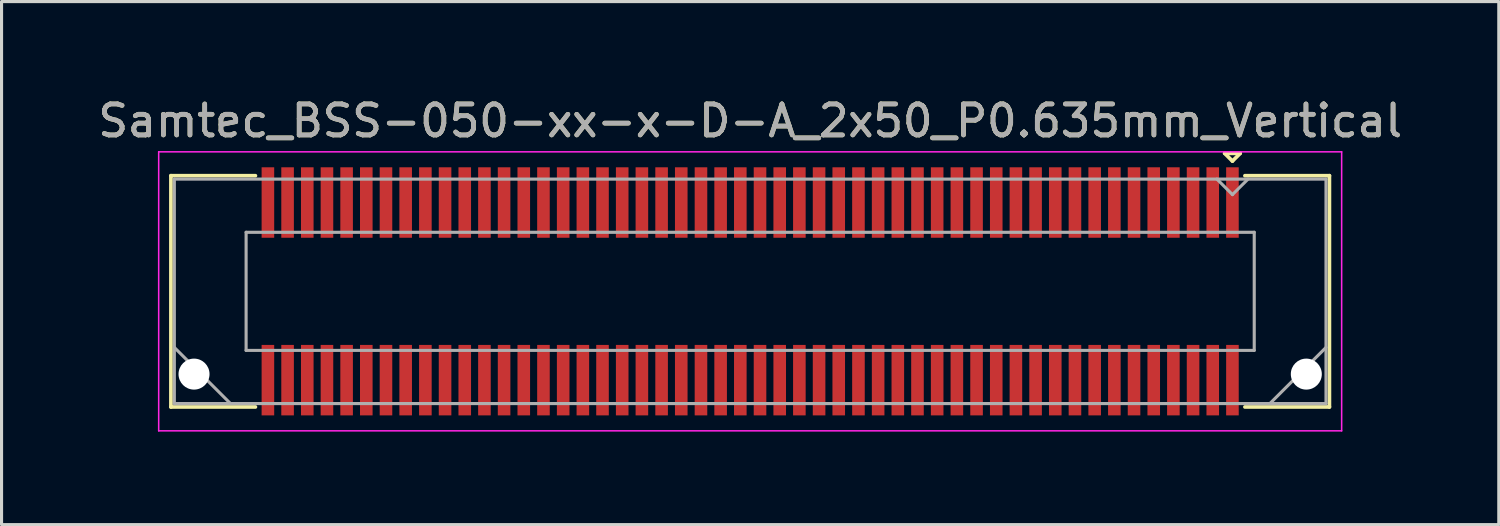
<source format=kicad_pcb>
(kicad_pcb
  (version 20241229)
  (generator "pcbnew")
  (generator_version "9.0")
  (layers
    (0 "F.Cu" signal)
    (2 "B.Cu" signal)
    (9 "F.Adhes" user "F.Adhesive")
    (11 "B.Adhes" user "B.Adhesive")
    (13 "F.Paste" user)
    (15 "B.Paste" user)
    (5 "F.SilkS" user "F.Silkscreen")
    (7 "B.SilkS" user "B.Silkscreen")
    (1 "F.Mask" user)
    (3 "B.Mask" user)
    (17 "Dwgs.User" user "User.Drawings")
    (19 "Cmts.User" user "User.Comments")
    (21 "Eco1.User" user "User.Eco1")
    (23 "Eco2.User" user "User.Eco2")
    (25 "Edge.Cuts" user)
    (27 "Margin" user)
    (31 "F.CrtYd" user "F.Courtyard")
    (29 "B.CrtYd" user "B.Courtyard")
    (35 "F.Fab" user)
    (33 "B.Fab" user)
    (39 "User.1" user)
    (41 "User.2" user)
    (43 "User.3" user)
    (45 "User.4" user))
  (footprint "Samtec_BSS-050-xx-x-D-A_2x50_P0.635mm_Vertical"
    (layer "F.Cu")
    (at 21.149 6.348)
    (property "Reference" "Samtec_BSS-050-xx-x-D-A_2x50_P0.635mm_Vertical" (at 0 -5.5 0) (layer "F.SilkS") (effects (font (size 1 1) (thickness 0.15))))
    (attr smd)
    (fp_line (start -18.685 -3.73) (end -15.96 -3.73) (stroke (width 0.12) (type solid)) (layer "F.SilkS"))
    (fp_line (start -18.685 3.73) (end -18.685 -3.73) (stroke (width 0.12) (type solid)) (layer "F.SilkS"))
    (fp_line (start -15.96 3.73) (end -18.685 3.73) (stroke (width 0.12) (type solid)) (layer "F.SilkS"))
    (fp_line (start 15.307 -4.452) (end 15.807 -4.452) (stroke (width 0.12) (type solid)) (layer "F.SilkS"))
    (fp_line (start 15.557 -4.202) (end 15.307 -4.452) (stroke (width 0.12) (type solid)) (layer "F.SilkS"))
    (fp_line (start 15.807 -4.452) (end 15.557 -4.202) (stroke (width 0.12) (type solid)) (layer "F.SilkS"))
    (fp_line (start 15.96 3.73) (end 18.685 3.73) (stroke (width 0.12) (type solid)) (layer "F.SilkS"))
    (fp_line (start 18.685 -3.73) (end 15.96 -3.73) (stroke (width 0.12) (type solid)) (layer "F.SilkS"))
    (fp_line (start 18.685 3.73) (end 18.685 -3.73) (stroke (width 0.12) (type solid)) (layer "F.SilkS"))
    (fp_line (start -19.08 -4.5) (end -19.08 4.5) (stroke (width 0.05) (type solid)) (layer "F.CrtYd"))
    (fp_line (start -19.08 4.5) (end 19.08 4.5) (stroke (width 0.05) (type solid)) (layer "F.CrtYd"))
    (fp_line (start 19.08 -4.5) (end -19.08 -4.5) (stroke (width 0.05) (type solid)) (layer "F.CrtYd"))
    (fp_line (start 19.08 4.5) (end 19.08 -4.5) (stroke (width 0.05) (type solid)) (layer "F.CrtYd"))
    (fp_line (start -18.575 -3.62) (end -18.575 3.62) (stroke (width 0.1) (type solid)) (layer "F.Fab"))
    (fp_line (start -18.575 1.81) (end -16.765 3.62) (stroke (width 0.1) (type solid)) (layer "F.Fab"))
    (fp_line (start -18.575 3.62) (end 18.575 3.62) (stroke (width 0.1) (type solid)) (layer "F.Fab"))
    (fp_line (start -16.26 -1.905) (end -16.26 1.905) (stroke (width 0.1) (type solid)) (layer "F.Fab"))
    (fp_line (start -16.26 1.905) (end 16.26 1.905) (stroke (width 0.1) (type solid)) (layer "F.Fab"))
    (fp_line (start 15.557 -3.12) (end 15.057 -3.62) (stroke (width 0.1) (type solid)) (layer "F.Fab"))
    (fp_line (start 16.058 -3.62) (end 15.557 -3.12) (stroke (width 0.1) (type solid)) (layer "F.Fab"))
    (fp_line (start 16.26 -1.905) (end -16.26 -1.905) (stroke (width 0.1) (type solid)) (layer "F.Fab"))
    (fp_line (start 16.26 1.905) (end 16.26 -1.905) (stroke (width 0.1) (type solid)) (layer "F.Fab"))
    (fp_line (start 18.575 -3.62) (end -18.575 -3.62) (stroke (width 0.1) (type solid)) (layer "F.Fab"))
    (fp_line (start 18.575 1.81) (end 16.765 3.62) (stroke (width 0.1) (type solid)) (layer "F.Fab"))
    (fp_line (start 18.575 3.62) (end 18.575 -3.62) (stroke (width 0.1) (type solid)) (layer "F.Fab"))
    (fp_text user "${REFERENCE}" (at 0 -5.5 0) (layer "F.Fab") (effects (font (size 1 1) (thickness 0.15))))
    (pad "" np_thru_hole circle (at -17.94 2.67) (size 1 1) (drill 1) (layers "*.Cu" "*.Mask"))
    (pad "" np_thru_hole circle (at 17.94 2.67) (size 1 1) (drill 1) (layers "*.Cu" "*.Mask"))
    (pad "1" smd rect (at 15.557 -2.865) (size 0.406 2.273) (layers "F.Cu" "F.Mask" "F.Paste"))
    (pad "2" smd rect (at 15.557 2.865) (size 0.406 2.273) (layers "F.Cu" "F.Mask" "F.Paste"))
    (pad "3" smd rect (at 14.922 -2.865) (size 0.406 2.273) (layers "F.Cu" "F.Mask" "F.Paste"))
    (pad "4" smd rect (at 14.922 2.865) (size 0.406 2.273) (layers "F.Cu" "F.Mask" "F.Paste"))
    (pad "5" smd rect (at 14.287 -2.865) (size 0.406 2.273) (layers "F.Cu" "F.Mask" "F.Paste"))
    (pad "6" smd rect (at 14.287 2.865) (size 0.406 2.273) (layers "F.Cu" "F.Mask" "F.Paste"))
    (pad "7" smd rect (at 13.652 -2.865) (size 0.406 2.273) (layers "F.Cu" "F.Mask" "F.Paste"))
    (pad "8" smd rect (at 13.652 2.865) (size 0.406 2.273) (layers "F.Cu" "F.Mask" "F.Paste"))
    (pad "9" smd rect (at 13.018 -2.865) (size 0.406 2.273) (layers "F.Cu" "F.Mask" "F.Paste"))
    (pad "10" smd rect (at 13.018 2.865) (size 0.406 2.273) (layers "F.Cu" "F.Mask" "F.Paste"))
    (pad "11" smd rect (at 12.383 -2.865) (size 0.406 2.273) (layers "F.Cu" "F.Mask" "F.Paste"))
    (pad "12" smd rect (at 12.383 2.865) (size 0.406 2.273) (layers "F.Cu" "F.Mask" "F.Paste"))
    (pad "13" smd rect (at 11.748 -2.865) (size 0.406 2.273) (layers "F.Cu" "F.Mask" "F.Paste"))
    (pad "14" smd rect (at 11.748 2.865) (size 0.406 2.273) (layers "F.Cu" "F.Mask" "F.Paste"))
    (pad "15" smd rect (at 11.113 -2.865) (size 0.406 2.273) (layers "F.Cu" "F.Mask" "F.Paste"))
    (pad "16" smd rect (at 11.113 2.865) (size 0.406 2.273) (layers "F.Cu" "F.Mask" "F.Paste"))
    (pad "17" smd rect (at 10.477 -2.865) (size 0.406 2.273) (layers "F.Cu" "F.Mask" "F.Paste"))
    (pad "18" smd rect (at 10.477 2.865) (size 0.406 2.273) (layers "F.Cu" "F.Mask" "F.Paste"))
    (pad "19" smd rect (at 9.842 -2.865) (size 0.406 2.273) (layers "F.Cu" "F.Mask" "F.Paste"))
    (pad "20" smd rect (at 9.842 2.865) (size 0.406 2.273) (layers "F.Cu" "F.Mask" "F.Paste"))
    (pad "21" smd rect (at 9.207 -2.865) (size 0.406 2.273) (layers "F.Cu" "F.Mask" "F.Paste"))
    (pad "22" smd rect (at 9.207 2.865) (size 0.406 2.273) (layers "F.Cu" "F.Mask" "F.Paste"))
    (pad "23" smd rect (at 8.572 -2.865) (size 0.406 2.273) (layers "F.Cu" "F.Mask" "F.Paste"))
    (pad "24" smd rect (at 8.572 2.865) (size 0.406 2.273) (layers "F.Cu" "F.Mask" "F.Paste"))
    (pad "25" smd rect (at 7.938 -2.865) (size 0.406 2.273) (layers "F.Cu" "F.Mask" "F.Paste"))
    (pad "26" smd rect (at 7.938 2.865) (size 0.406 2.273) (layers "F.Cu" "F.Mask" "F.Paste"))
    (pad "27" smd rect (at 7.303 -2.865) (size 0.406 2.273) (layers "F.Cu" "F.Mask" "F.Paste"))
    (pad "28" smd rect (at 7.303 2.865) (size 0.406 2.273) (layers "F.Cu" "F.Mask" "F.Paste"))
    (pad "29" smd rect (at 6.668 -2.865) (size 0.406 2.273) (layers "F.Cu" "F.Mask" "F.Paste"))
    (pad "30" smd rect (at 6.668 2.865) (size 0.406 2.273) (layers "F.Cu" "F.Mask" "F.Paste"))
    (pad "31" smd rect (at 6.032 -2.865) (size 0.406 2.273) (layers "F.Cu" "F.Mask" "F.Paste"))
    (pad "32" smd rect (at 6.032 2.865) (size 0.406 2.273) (layers "F.Cu" "F.Mask" "F.Paste"))
    (pad "33" smd rect (at 5.397 -2.865) (size 0.406 2.273) (layers "F.Cu" "F.Mask" "F.Paste"))
    (pad "34" smd rect (at 5.397 2.865) (size 0.406 2.273) (layers "F.Cu" "F.Mask" "F.Paste"))
    (pad "35" smd rect (at 4.763 -2.865) (size 0.406 2.273) (layers "F.Cu" "F.Mask" "F.Paste"))
    (pad "36" smd rect (at 4.763 2.865) (size 0.406 2.273) (layers "F.Cu" "F.Mask" "F.Paste"))
    (pad "37" smd rect (at 4.128 -2.865) (size 0.406 2.273) (layers "F.Cu" "F.Mask" "F.Paste"))
    (pad "38" smd rect (at 4.128 2.865) (size 0.406 2.273) (layers "F.Cu" "F.Mask" "F.Paste"))
    (pad "39" smd rect (at 3.493 -2.865) (size 0.406 2.273) (layers "F.Cu" "F.Mask" "F.Paste"))
    (pad "40" smd rect (at 3.493 2.865) (size 0.406 2.273) (layers "F.Cu" "F.Mask" "F.Paste"))
    (pad "41" smd rect (at 2.857 -2.865) (size 0.406 2.273) (layers "F.Cu" "F.Mask" "F.Paste"))
    (pad "42" smd rect (at 2.857 2.865) (size 0.406 2.273) (layers "F.Cu" "F.Mask" "F.Paste"))
    (pad "43" smd rect (at 2.223 -2.865) (size 0.406 2.273) (layers "F.Cu" "F.Mask" "F.Paste"))
    (pad "44" smd rect (at 2.223 2.865) (size 0.406 2.273) (layers "F.Cu" "F.Mask" "F.Paste"))
    (pad "45" smd rect (at 1.587 -2.865) (size 0.406 2.273) (layers "F.Cu" "F.Mask" "F.Paste"))
    (pad "46" smd rect (at 1.587 2.865) (size 0.406 2.273) (layers "F.Cu" "F.Mask" "F.Paste"))
    (pad "47" smd rect (at 0.953 -2.865) (size 0.406 2.273) (layers "F.Cu" "F.Mask" "F.Paste"))
    (pad "48" smd rect (at 0.953 2.865) (size 0.406 2.273) (layers "F.Cu" "F.Mask" "F.Paste"))
    (pad "49" smd rect (at 0.318 -2.865) (size 0.406 2.273) (layers "F.Cu" "F.Mask" "F.Paste"))
    (pad "50" smd rect (at 0.318 2.865) (size 0.406 2.273) (layers "F.Cu" "F.Mask" "F.Paste"))
    (pad "51" smd rect (at -0.318 -2.865) (size 0.406 2.273) (layers "F.Cu" "F.Mask" "F.Paste"))
    (pad "52" smd rect (at -0.318 2.865) (size 0.406 2.273) (layers "F.Cu" "F.Mask" "F.Paste"))
    (pad "53" smd rect (at -0.953 -2.865) (size 0.406 2.273) (layers "F.Cu" "F.Mask" "F.Paste"))
    (pad "54" smd rect (at -0.953 2.865) (size 0.406 2.273) (layers "F.Cu" "F.Mask" "F.Paste"))
    (pad "55" smd rect (at -1.587 -2.865) (size 0.406 2.273) (layers "F.Cu" "F.Mask" "F.Paste"))
    (pad "56" smd rect (at -1.587 2.865) (size 0.406 2.273) (layers "F.Cu" "F.Mask" "F.Paste"))
    (pad "57" smd rect (at -2.223 -2.865) (size 0.406 2.273) (layers "F.Cu" "F.Mask" "F.Paste"))
    (pad "58" smd rect (at -2.223 2.865) (size 0.406 2.273) (layers "F.Cu" "F.Mask" "F.Paste"))
    (pad "59" smd rect (at -2.857 -2.865) (size 0.406 2.273) (layers "F.Cu" "F.Mask" "F.Paste"))
    (pad "60" smd rect (at -2.857 2.865) (size 0.406 2.273) (layers "F.Cu" "F.Mask" "F.Paste"))
    (pad "61" smd rect (at -3.493 -2.865) (size 0.406 2.273) (layers "F.Cu" "F.Mask" "F.Paste"))
    (pad "62" smd rect (at -3.493 2.865) (size 0.406 2.273) (layers "F.Cu" "F.Mask" "F.Paste"))
    (pad "63" smd rect (at -4.128 -2.865) (size 0.406 2.273) (layers "F.Cu" "F.Mask" "F.Paste"))
    (pad "64" smd rect (at -4.128 2.865) (size 0.406 2.273) (layers "F.Cu" "F.Mask" "F.Paste"))
    (pad "65" smd rect (at -4.763 -2.865) (size 0.406 2.273) (layers "F.Cu" "F.Mask" "F.Paste"))
    (pad "66" smd rect (at -4.763 2.865) (size 0.406 2.273) (layers "F.Cu" "F.Mask" "F.Paste"))
    (pad "67" smd rect (at -5.397 -2.865) (size 0.406 2.273) (layers "F.Cu" "F.Mask" "F.Paste"))
    (pad "68" smd rect (at -5.397 2.865) (size 0.406 2.273) (layers "F.Cu" "F.Mask" "F.Paste"))
    (pad "69" smd rect (at -6.032 -2.865) (size 0.406 2.273) (layers "F.Cu" "F.Mask" "F.Paste"))
    (pad "70" smd rect (at -6.032 2.865) (size 0.406 2.273) (layers "F.Cu" "F.Mask" "F.Paste"))
    (pad "71" smd rect (at -6.668 -2.865) (size 0.406 2.273) (layers "F.Cu" "F.Mask" "F.Paste"))
    (pad "72" smd rect (at -6.668 2.865) (size 0.406 2.273) (layers "F.Cu" "F.Mask" "F.Paste"))
    (pad "73" smd rect (at -7.303 -2.865) (size 0.406 2.273) (layers "F.Cu" "F.Mask" "F.Paste"))
    (pad "74" smd rect (at -7.303 2.865) (size 0.406 2.273) (layers "F.Cu" "F.Mask" "F.Paste"))
    (pad "75" smd rect (at -7.938 -2.865) (size 0.406 2.273) (layers "F.Cu" "F.Mask" "F.Paste"))
    (pad "76" smd rect (at -7.938 2.865) (size 0.406 2.273) (layers "F.Cu" "F.Mask" "F.Paste"))
    (pad "77" smd rect (at -8.572 -2.865) (size 0.406 2.273) (layers "F.Cu" "F.Mask" "F.Paste"))
    (pad "78" smd rect (at -8.572 2.865) (size 0.406 2.273) (layers "F.Cu" "F.Mask" "F.Paste"))
    (pad "79" smd rect (at -9.207 -2.865) (size 0.406 2.273) (layers "F.Cu" "F.Mask" "F.Paste"))
    (pad "80" smd rect (at -9.207 2.865) (size 0.406 2.273) (layers "F.Cu" "F.Mask" "F.Paste"))
    (pad "81" smd rect (at -9.842 -2.865) (size 0.406 2.273) (layers "F.Cu" "F.Mask" "F.Paste"))
    (pad "82" smd rect (at -9.842 2.865) (size 0.406 2.273) (layers "F.Cu" "F.Mask" "F.Paste"))
    (pad "83" smd rect (at -10.477 -2.865) (size 0.406 2.273) (layers "F.Cu" "F.Mask" "F.Paste"))
    (pad "84" smd rect (at -10.477 2.865) (size 0.406 2.273) (layers "F.Cu" "F.Mask" "F.Paste"))
    (pad "85" smd rect (at -11.113 -2.865) (size 0.406 2.273) (layers "F.Cu" "F.Mask" "F.Paste"))
    (pad "86" smd rect (at -11.113 2.865) (size 0.406 2.273) (layers "F.Cu" "F.Mask" "F.Paste"))
    (pad "87" smd rect (at -11.748 -2.865) (size 0.406 2.273) (layers "F.Cu" "F.Mask" "F.Paste"))
    (pad "88" smd rect (at -11.748 2.865) (size 0.406 2.273) (layers "F.Cu" "F.Mask" "F.Paste"))
    (pad "89" smd rect (at -12.383 -2.865) (size 0.406 2.273) (layers "F.Cu" "F.Mask" "F.Paste"))
    (pad "90" smd rect (at -12.383 2.865) (size 0.406 2.273) (layers "F.Cu" "F.Mask" "F.Paste"))
    (pad "91" smd rect (at -13.018 -2.865) (size 0.406 2.273) (layers "F.Cu" "F.Mask" "F.Paste"))
    (pad "92" smd rect (at -13.018 2.865) (size 0.406 2.273) (layers "F.Cu" "F.Mask" "F.Paste"))
    (pad "93" smd rect (at -13.652 -2.865) (size 0.406 2.273) (layers "F.Cu" "F.Mask" "F.Paste"))
    (pad "94" smd rect (at -13.652 2.865) (size 0.406 2.273) (layers "F.Cu" "F.Mask" "F.Paste"))
    (pad "95" smd rect (at -14.287 -2.865) (size 0.406 2.273) (layers "F.Cu" "F.Mask" "F.Paste"))
    (pad "96" smd rect (at -14.287 2.865) (size 0.406 2.273) (layers "F.Cu" "F.Mask" "F.Paste"))
    (pad "97" smd rect (at -14.922 -2.865) (size 0.406 2.273) (layers "F.Cu" "F.Mask" "F.Paste"))
    (pad "98" smd rect (at -14.922 2.865) (size 0.406 2.273) (layers "F.Cu" "F.Mask" "F.Paste"))
    (pad "99" smd rect (at -15.557 -2.865) (size 0.406 2.273) (layers "F.Cu" "F.Mask" "F.Paste"))
    (pad "100" smd rect (at -15.557 2.865) (size 0.406 2.273) (layers "F.Cu" "F.Mask" "F.Paste")))
  (gr_rect
    (start -3 -3)
    (end 45.298 13.873)
    (stroke (width 0.1) (type default))
    (fill no)
    (layer "Edge.Cuts")))
</source>
